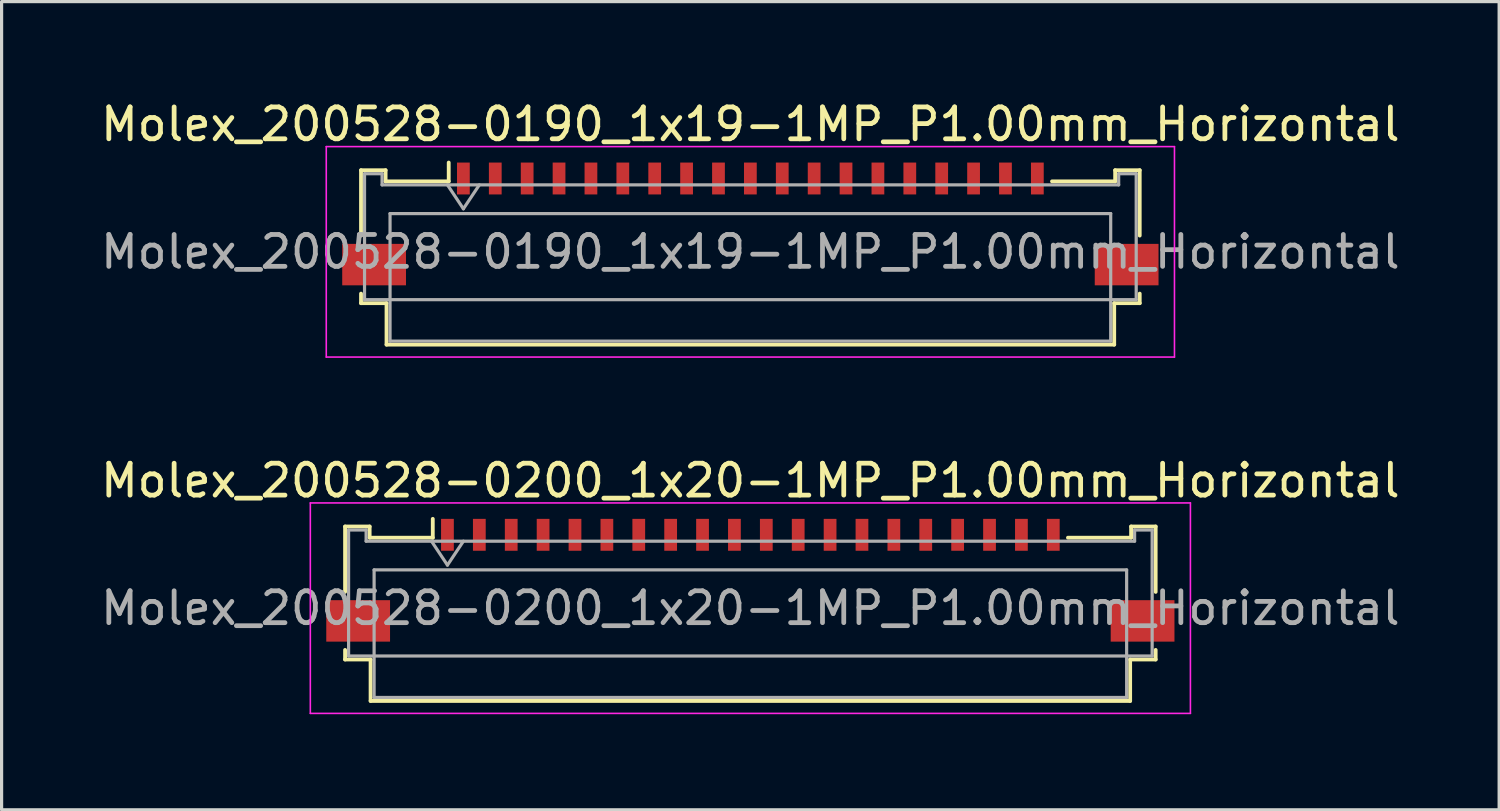
<source format=kicad_pcb>
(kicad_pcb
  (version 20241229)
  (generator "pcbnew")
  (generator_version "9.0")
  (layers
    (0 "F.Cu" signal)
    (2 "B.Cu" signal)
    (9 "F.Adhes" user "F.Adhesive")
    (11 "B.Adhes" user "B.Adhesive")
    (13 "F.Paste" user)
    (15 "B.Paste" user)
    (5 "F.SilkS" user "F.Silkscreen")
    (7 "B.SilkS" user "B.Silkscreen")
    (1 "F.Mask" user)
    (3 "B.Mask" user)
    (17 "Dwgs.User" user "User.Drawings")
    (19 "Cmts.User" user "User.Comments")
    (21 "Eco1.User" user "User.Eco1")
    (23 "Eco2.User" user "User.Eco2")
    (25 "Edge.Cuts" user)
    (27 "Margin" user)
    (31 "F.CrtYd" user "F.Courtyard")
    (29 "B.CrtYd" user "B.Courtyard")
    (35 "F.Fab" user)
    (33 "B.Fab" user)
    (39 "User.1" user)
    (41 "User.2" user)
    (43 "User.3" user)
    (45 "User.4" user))
  (footprint "Molex_200528-0190_1x19-1MP_P1.00mm_Horizontal"
    (layer "F.Cu")
    (at 20.482 3.458)
    (property "Reference" "Molex_200528-0190_1x19-1MP_P1.00mm_Horizontal" (at 0 -2.61 0) (layer "F.SilkS") (effects (font (size 1 1) (thickness 0.15))))
    (attr smd)
    (fp_line (start -12.21 -1.17) (end -12.21 0.88) (stroke (width 0.12) (type solid)) (layer "F.SilkS"))
    (fp_line (start -12.21 2.7) (end -12.21 3) (stroke (width 0.12) (type solid)) (layer "F.SilkS"))
    (fp_line (start -12.21 3) (end -11.41 3) (stroke (width 0.12) (type solid)) (layer "F.SilkS"))
    (fp_line (start -11.44 -1.17) (end -12.21 -1.17) (stroke (width 0.12) (type solid)) (layer "F.SilkS"))
    (fp_line (start -11.44 -0.82) (end -11.44 -1.17) (stroke (width 0.12) (type solid)) (layer "F.SilkS"))
    (fp_line (start -11.41 3) (end -11.41 4.3) (stroke (width 0.12) (type solid)) (layer "F.SilkS"))
    (fp_line (start -11.41 4.3) (end 11.41 4.3) (stroke (width 0.12) (type solid)) (layer "F.SilkS"))
    (fp_line (start -9.46 -1.41) (end -9.46 -0.82) (stroke (width 0.12) (type solid)) (layer "F.SilkS"))
    (fp_line (start -9.46 -0.82) (end -11.44 -0.82) (stroke (width 0.12) (type solid)) (layer "F.SilkS"))
    (fp_line (start 11.41 3) (end 12.21 3) (stroke (width 0.12) (type solid)) (layer "F.SilkS"))
    (fp_line (start 11.41 4.3) (end 11.41 3) (stroke (width 0.12) (type solid)) (layer "F.SilkS"))
    (fp_line (start 11.44 -1.17) (end 11.44 -0.82) (stroke (width 0.12) (type solid)) (layer "F.SilkS"))
    (fp_line (start 11.44 -0.82) (end 9.46 -0.82) (stroke (width 0.12) (type solid)) (layer "F.SilkS"))
    (fp_line (start 12.21 -1.17) (end 11.44 -1.17) (stroke (width 0.12) (type solid)) (layer "F.SilkS"))
    (fp_line (start 12.21 0.88) (end 12.21 -1.17) (stroke (width 0.12) (type solid)) (layer "F.SilkS"))
    (fp_line (start 12.21 3) (end 12.21 2.7) (stroke (width 0.12) (type solid)) (layer "F.SilkS"))
    (fp_line (start -13.3 -1.91) (end -13.3 4.69) (stroke (width 0.05) (type solid)) (layer "F.CrtYd"))
    (fp_line (start -13.3 4.69) (end 13.3 4.69) (stroke (width 0.05) (type solid)) (layer "F.CrtYd"))
    (fp_line (start 13.3 -1.91) (end -13.3 -1.91) (stroke (width 0.05) (type solid)) (layer "F.CrtYd"))
    (fp_line (start 13.3 4.69) (end 13.3 -1.91) (stroke (width 0.05) (type solid)) (layer "F.CrtYd"))
    (fp_line (start -12.1 -1.06) (end -12.1 2.89) (stroke (width 0.1) (type solid)) (layer "F.Fab"))
    (fp_line (start -12.1 2.89) (end 12.1 2.89) (stroke (width 0.1) (type solid)) (layer "F.Fab"))
    (fp_line (start -11.55 -1.06) (end -12.1 -1.06) (stroke (width 0.1) (type solid)) (layer "F.Fab"))
    (fp_line (start -11.55 -0.71) (end -11.55 -1.06) (stroke (width 0.1) (type solid)) (layer "F.Fab"))
    (fp_line (start -11.3 0.19) (end -11.3 4.19) (stroke (width 0.1) (type solid)) (layer "F.Fab"))
    (fp_line (start -11.3 4.19) (end 11.3 4.19) (stroke (width 0.1) (type solid)) (layer "F.Fab"))
    (fp_line (start -9.5 -0.71) (end -9 0.04) (stroke (width 0.1) (type solid)) (layer "F.Fab"))
    (fp_line (start -9 0.04) (end -8.5 -0.71) (stroke (width 0.1) (type solid)) (layer "F.Fab"))
    (fp_line (start 11.3 0.19) (end -11.3 0.19) (stroke (width 0.1) (type solid)) (layer "F.Fab"))
    (fp_line (start 11.3 4.19) (end 11.3 0.19) (stroke (width 0.1) (type solid)) (layer "F.Fab"))
    (fp_line (start 11.55 -1.06) (end 11.55 -0.71) (stroke (width 0.1) (type solid)) (layer "F.Fab"))
    (fp_line (start 11.55 -0.71) (end -11.55 -0.71) (stroke (width 0.1) (type solid)) (layer "F.Fab"))
    (fp_line (start 12.1 -1.06) (end 11.55 -1.06) (stroke (width 0.1) (type solid)) (layer "F.Fab"))
    (fp_line (start 12.1 2.89) (end 12.1 -1.06) (stroke (width 0.1) (type solid)) (layer "F.Fab"))
    (fp_text user "${REFERENCE}" (at 0 1.39 0) (layer "F.Fab") (effects (font (size 1 1) (thickness 0.15))))
    (pad "1" smd rect (at -9 -0.91) (size 0.4 1) (layers "F.Cu" "F.Mask" "F.Paste"))
    (pad "2" smd rect (at -8 -0.91) (size 0.4 1) (layers "F.Cu" "F.Mask" "F.Paste"))
    (pad "3" smd rect (at -7 -0.91) (size 0.4 1) (layers "F.Cu" "F.Mask" "F.Paste"))
    (pad "4" smd rect (at -6 -0.91) (size 0.4 1) (layers "F.Cu" "F.Mask" "F.Paste"))
    (pad "5" smd rect (at -5 -0.91) (size 0.4 1) (layers "F.Cu" "F.Mask" "F.Paste"))
    (pad "6" smd rect (at -4 -0.91) (size 0.4 1) (layers "F.Cu" "F.Mask" "F.Paste"))
    (pad "7" smd rect (at -3 -0.91) (size 0.4 1) (layers "F.Cu" "F.Mask" "F.Paste"))
    (pad "8" smd rect (at -2 -0.91) (size 0.4 1) (layers "F.Cu" "F.Mask" "F.Paste"))
    (pad "9" smd rect (at -1 -0.91) (size 0.4 1) (layers "F.Cu" "F.Mask" "F.Paste"))
    (pad "10" smd rect (at 0 -0.91) (size 0.4 1) (layers "F.Cu" "F.Mask" "F.Paste"))
    (pad "11" smd rect (at 1 -0.91) (size 0.4 1) (layers "F.Cu" "F.Mask" "F.Paste"))
    (pad "12" smd rect (at 2 -0.91) (size 0.4 1) (layers "F.Cu" "F.Mask" "F.Paste"))
    (pad "13" smd rect (at 3 -0.91) (size 0.4 1) (layers "F.Cu" "F.Mask" "F.Paste"))
    (pad "14" smd rect (at 4 -0.91) (size 0.4 1) (layers "F.Cu" "F.Mask" "F.Paste"))
    (pad "15" smd rect (at 5 -0.91) (size 0.4 1) (layers "F.Cu" "F.Mask" "F.Paste"))
    (pad "16" smd rect (at 6 -0.91) (size 0.4 1) (layers "F.Cu" "F.Mask" "F.Paste"))
    (pad "17" smd rect (at 7 -0.91) (size 0.4 1) (layers "F.Cu" "F.Mask" "F.Paste"))
    (pad "18" smd rect (at 8 -0.91) (size 0.4 1) (layers "F.Cu" "F.Mask" "F.Paste"))
    (pad "19" smd rect (at 9 -0.91) (size 0.4 1) (layers "F.Cu" "F.Mask" "F.Paste"))
    (pad "MP" smd rect (at -11.8 1.79) (size 2 1.3) (layers "F.Cu" "F.Mask" "F.Paste"))
    (pad "MP" smd rect (at 11.8 1.79) (size 2 1.3) (layers "F.Cu" "F.Mask" "F.Paste")))
  (footprint "Molex_200528-0200_1x20-1MP_P1.00mm_Horizontal"
    (layer "F.Cu")
    (at 20.482 14.632)
    (property "Reference" "Molex_200528-0200_1x20-1MP_P1.00mm_Horizontal" (at 0 -2.61 0) (layer "F.SilkS") (effects (font (size 1 1) (thickness 0.15))))
    (attr smd)
    (fp_line (start -12.71 -1.17) (end -12.71 0.88) (stroke (width 0.12) (type solid)) (layer "F.SilkS"))
    (fp_line (start -12.71 2.7) (end -12.71 3) (stroke (width 0.12) (type solid)) (layer "F.SilkS"))
    (fp_line (start -12.71 3) (end -11.91 3) (stroke (width 0.12) (type solid)) (layer "F.SilkS"))
    (fp_line (start -11.94 -1.17) (end -12.71 -1.17) (stroke (width 0.12) (type solid)) (layer "F.SilkS"))
    (fp_line (start -11.94 -0.82) (end -11.94 -1.17) (stroke (width 0.12) (type solid)) (layer "F.SilkS"))
    (fp_line (start -11.91 3) (end -11.91 4.3) (stroke (width 0.12) (type solid)) (layer "F.SilkS"))
    (fp_line (start -11.91 4.3) (end 11.91 4.3) (stroke (width 0.12) (type solid)) (layer "F.SilkS"))
    (fp_line (start -9.96 -1.41) (end -9.96 -0.82) (stroke (width 0.12) (type solid)) (layer "F.SilkS"))
    (fp_line (start -9.96 -0.82) (end -11.94 -0.82) (stroke (width 0.12) (type solid)) (layer "F.SilkS"))
    (fp_line (start 11.91 3) (end 12.71 3) (stroke (width 0.12) (type solid)) (layer "F.SilkS"))
    (fp_line (start 11.91 4.3) (end 11.91 3) (stroke (width 0.12) (type solid)) (layer "F.SilkS"))
    (fp_line (start 11.94 -1.17) (end 11.94 -0.82) (stroke (width 0.12) (type solid)) (layer "F.SilkS"))
    (fp_line (start 11.94 -0.82) (end 9.96 -0.82) (stroke (width 0.12) (type solid)) (layer "F.SilkS"))
    (fp_line (start 12.71 -1.17) (end 11.94 -1.17) (stroke (width 0.12) (type solid)) (layer "F.SilkS"))
    (fp_line (start 12.71 0.88) (end 12.71 -1.17) (stroke (width 0.12) (type solid)) (layer "F.SilkS"))
    (fp_line (start 12.71 3) (end 12.71 2.7) (stroke (width 0.12) (type solid)) (layer "F.SilkS"))
    (fp_line (start -13.8 -1.91) (end -13.8 4.69) (stroke (width 0.05) (type solid)) (layer "F.CrtYd"))
    (fp_line (start -13.8 4.69) (end 13.8 4.69) (stroke (width 0.05) (type solid)) (layer "F.CrtYd"))
    (fp_line (start 13.8 -1.91) (end -13.8 -1.91) (stroke (width 0.05) (type solid)) (layer "F.CrtYd"))
    (fp_line (start 13.8 4.69) (end 13.8 -1.91) (stroke (width 0.05) (type solid)) (layer "F.CrtYd"))
    (fp_line (start -12.6 -1.06) (end -12.6 2.89) (stroke (width 0.1) (type solid)) (layer "F.Fab"))
    (fp_line (start -12.6 2.89) (end 12.6 2.89) (stroke (width 0.1) (type solid)) (layer "F.Fab"))
    (fp_line (start -12.05 -1.06) (end -12.6 -1.06) (stroke (width 0.1) (type solid)) (layer "F.Fab"))
    (fp_line (start -12.05 -0.71) (end -12.05 -1.06) (stroke (width 0.1) (type solid)) (layer "F.Fab"))
    (fp_line (start -11.8 0.19) (end -11.8 4.19) (stroke (width 0.1) (type solid)) (layer "F.Fab"))
    (fp_line (start -11.8 4.19) (end 11.8 4.19) (stroke (width 0.1) (type solid)) (layer "F.Fab"))
    (fp_line (start -10 -0.71) (end -9.5 0.04) (stroke (width 0.1) (type solid)) (layer "F.Fab"))
    (fp_line (start -9.5 0.04) (end -9 -0.71) (stroke (width 0.1) (type solid)) (layer "F.Fab"))
    (fp_line (start 11.8 0.19) (end -11.8 0.19) (stroke (width 0.1) (type solid)) (layer "F.Fab"))
    (fp_line (start 11.8 4.19) (end 11.8 0.19) (stroke (width 0.1) (type solid)) (layer "F.Fab"))
    (fp_line (start 12.05 -1.06) (end 12.05 -0.71) (stroke (width 0.1) (type solid)) (layer "F.Fab"))
    (fp_line (start 12.05 -0.71) (end -12.05 -0.71) (stroke (width 0.1) (type solid)) (layer "F.Fab"))
    (fp_line (start 12.6 -1.06) (end 12.05 -1.06) (stroke (width 0.1) (type solid)) (layer "F.Fab"))
    (fp_line (start 12.6 2.89) (end 12.6 -1.06) (stroke (width 0.1) (type solid)) (layer "F.Fab"))
    (fp_text user "${REFERENCE}" (at 0 1.39 0) (layer "F.Fab") (effects (font (size 1 1) (thickness 0.15))))
    (pad "1" smd rect (at -9.5 -0.91) (size 0.4 1) (layers "F.Cu" "F.Mask" "F.Paste"))
    (pad "2" smd rect (at -8.5 -0.91) (size 0.4 1) (layers "F.Cu" "F.Mask" "F.Paste"))
    (pad "3" smd rect (at -7.5 -0.91) (size 0.4 1) (layers "F.Cu" "F.Mask" "F.Paste"))
    (pad "4" smd rect (at -6.5 -0.91) (size 0.4 1) (layers "F.Cu" "F.Mask" "F.Paste"))
    (pad "5" smd rect (at -5.5 -0.91) (size 0.4 1) (layers "F.Cu" "F.Mask" "F.Paste"))
    (pad "6" smd rect (at -4.5 -0.91) (size 0.4 1) (layers "F.Cu" "F.Mask" "F.Paste"))
    (pad "7" smd rect (at -3.5 -0.91) (size 0.4 1) (layers "F.Cu" "F.Mask" "F.Paste"))
    (pad "8" smd rect (at -2.5 -0.91) (size 0.4 1) (layers "F.Cu" "F.Mask" "F.Paste"))
    (pad "9" smd rect (at -1.5 -0.91) (size 0.4 1) (layers "F.Cu" "F.Mask" "F.Paste"))
    (pad "10" smd rect (at -0.5 -0.91) (size 0.4 1) (layers "F.Cu" "F.Mask" "F.Paste"))
    (pad "11" smd rect (at 0.5 -0.91) (size 0.4 1) (layers "F.Cu" "F.Mask" "F.Paste"))
    (pad "12" smd rect (at 1.5 -0.91) (size 0.4 1) (layers "F.Cu" "F.Mask" "F.Paste"))
    (pad "13" smd rect (at 2.5 -0.91) (size 0.4 1) (layers "F.Cu" "F.Mask" "F.Paste"))
    (pad "14" smd rect (at 3.5 -0.91) (size 0.4 1) (layers "F.Cu" "F.Mask" "F.Paste"))
    (pad "15" smd rect (at 4.5 -0.91) (size 0.4 1) (layers "F.Cu" "F.Mask" "F.Paste"))
    (pad "16" smd rect (at 5.5 -0.91) (size 0.4 1) (layers "F.Cu" "F.Mask" "F.Paste"))
    (pad "17" smd rect (at 6.5 -0.91) (size 0.4 1) (layers "F.Cu" "F.Mask" "F.Paste"))
    (pad "18" smd rect (at 7.5 -0.91) (size 0.4 1) (layers "F.Cu" "F.Mask" "F.Paste"))
    (pad "19" smd rect (at 8.5 -0.91) (size 0.4 1) (layers "F.Cu" "F.Mask" "F.Paste"))
    (pad "20" smd rect (at 9.5 -0.91) (size 0.4 1) (layers "F.Cu" "F.Mask" "F.Paste"))
    (pad "MP" smd rect (at -12.3 1.79) (size 2 1.3) (layers "F.Cu" "F.Mask" "F.Paste"))
    (pad "MP" smd rect (at 12.3 1.79) (size 2 1.3) (layers "F.Cu" "F.Mask" "F.Paste")))
  (gr_rect
    (start -3 -3)
    (end 43.964 22.346)
    (stroke (width 0.1) (type default))
    (fill no)
    (layer "Edge.Cuts")))
</source>
